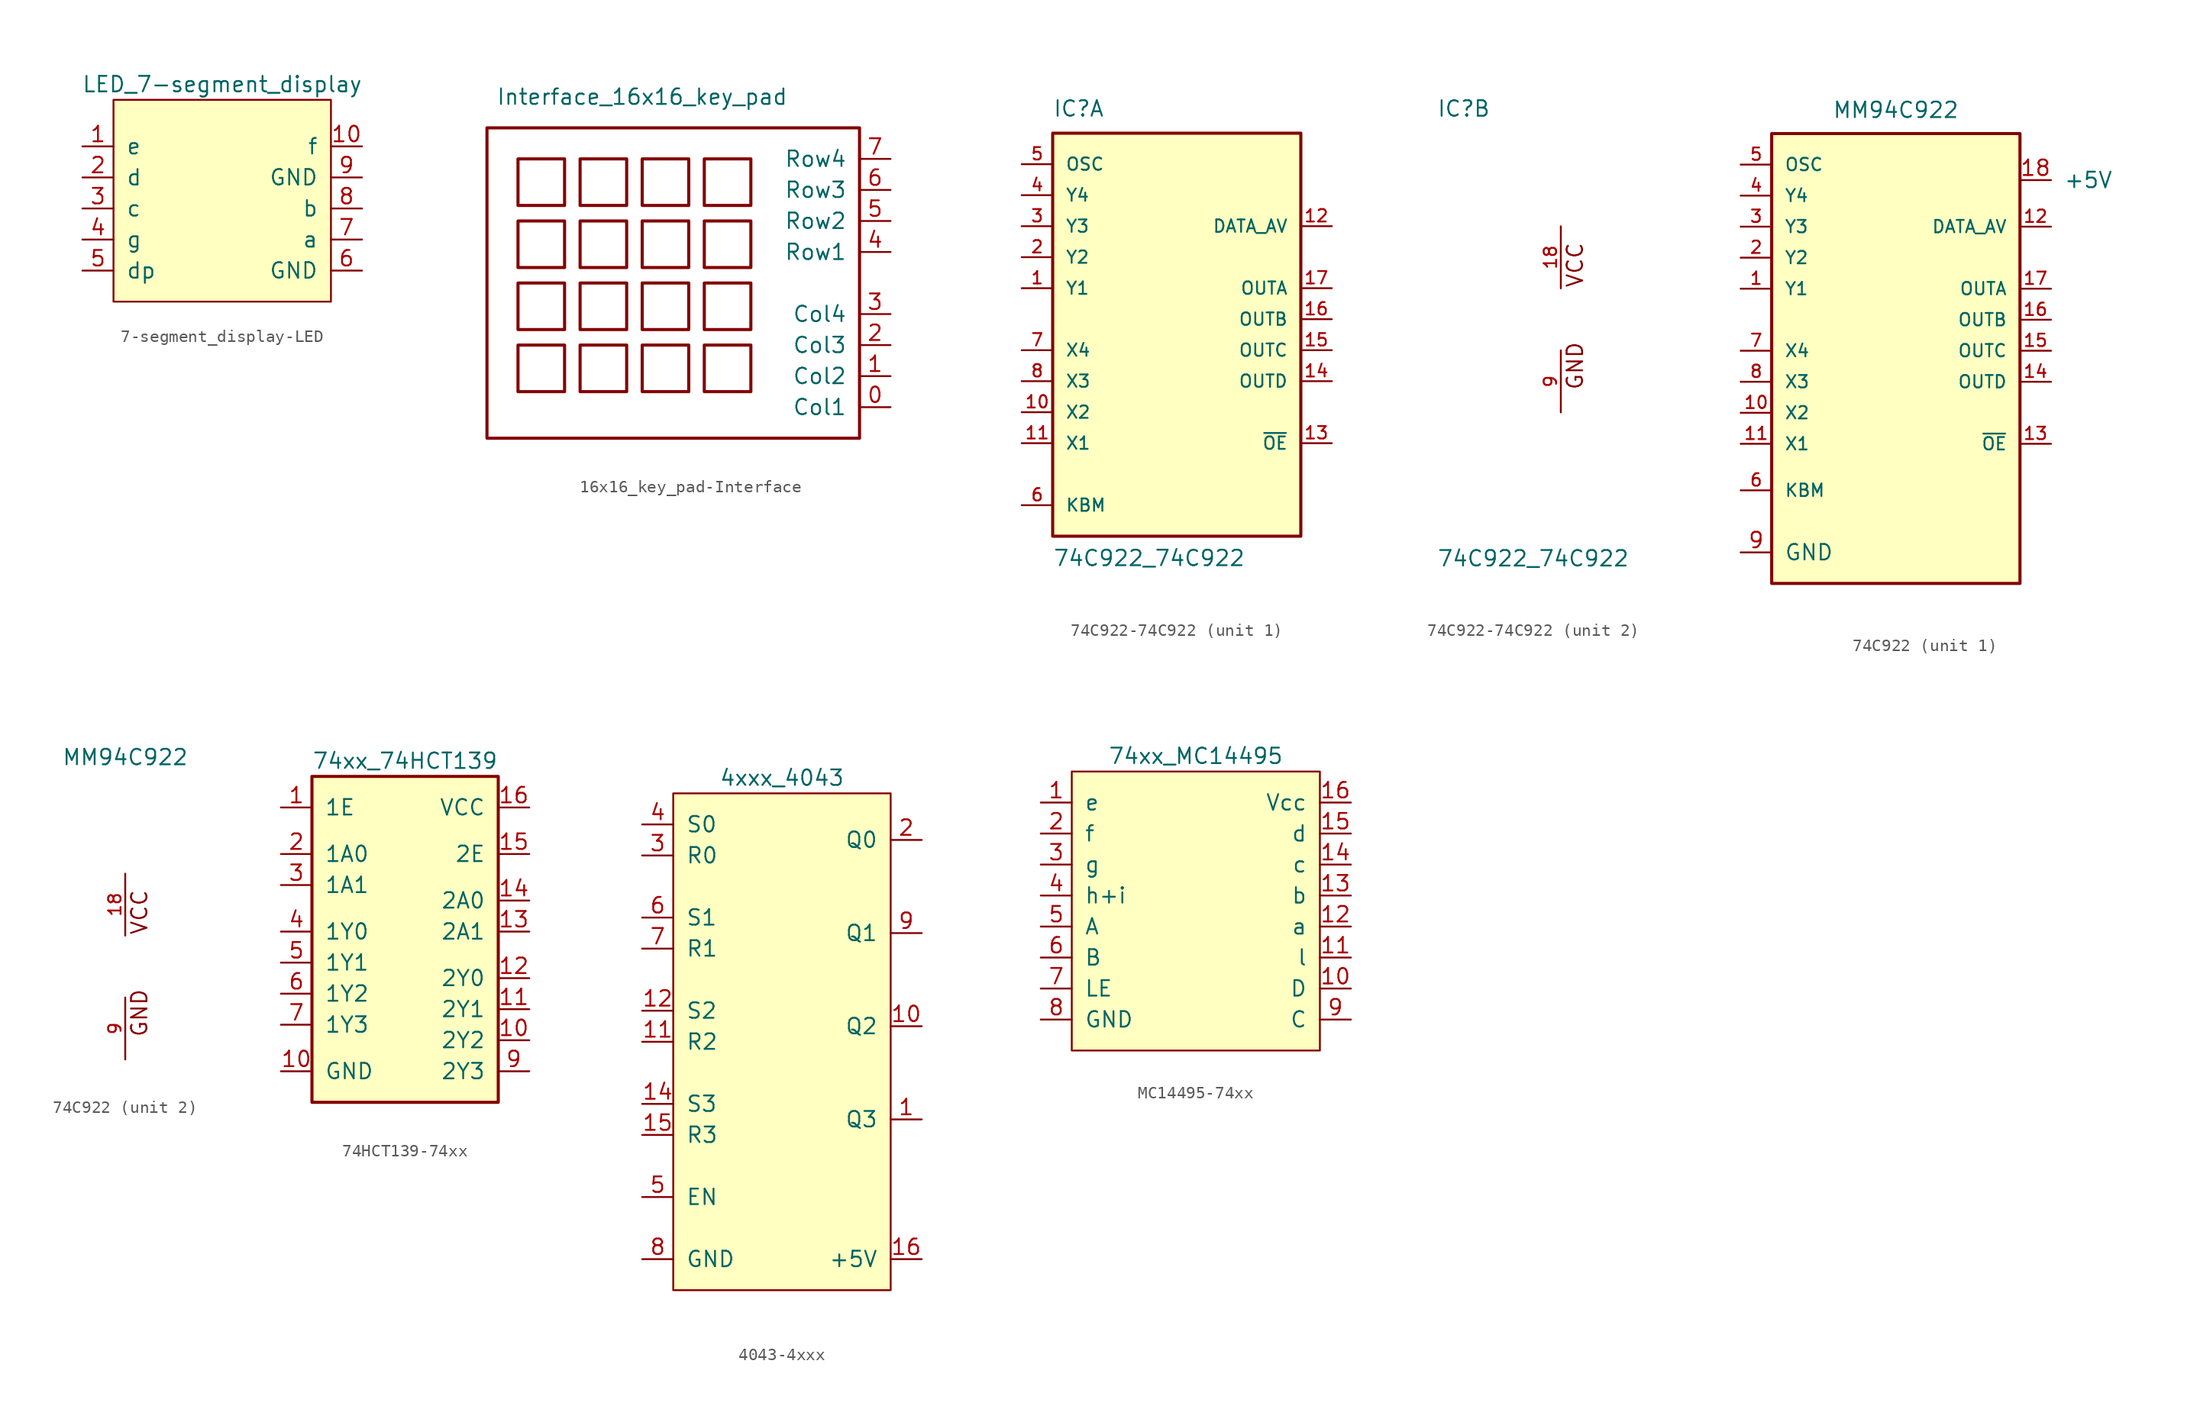
<source format=kicad_sym>
(kicad_symbol_lib
  (version 20241209)
  (generator "kicad_symbol_editor")
  (generator_version "9.0")
  (symbol "7-segment_display-LED"
    (pin_names
      (offset 1.016))
    (property "Reference" "U"
      (at 0 0 0)
      (effects (font (size 1.27 1.27)) (hide yes)))
    (property "Value" "LED_7-segment_display"
      (at 0 0 0)
      (effects (font (size 1.27 1.27))))
    (symbol "7-segment_display-LED_0_1"
      (rectangle (start -8.89 -1.27) (end 8.89 -17.78) (stroke (width 0) (type solid)) (fill (type background))))
    (symbol "7-segment_display-LED_1_1"
      (pin input line (at -11.43 -5.08 0) (length 2.54) (name "e" (effects (font (size 1.27 1.27)))) (number "1" (effects (font (size 1.27 1.27)))))
      (pin input line (at -11.43 -7.62 0) (length 2.54) (name "d" (effects (font (size 1.27 1.27)))) (number "2" (effects (font (size 1.27 1.27)))))
      (pin input line (at -11.43 -10.16 0) (length 2.54) (name "c" (effects (font (size 1.27 1.27)))) (number "3" (effects (font (size 1.27 1.27)))))
      (pin input line (at -11.43 -12.7 0) (length 2.54) (name "g" (effects (font (size 1.27 1.27)))) (number "4" (effects (font (size 1.27 1.27)))))
      (pin input line (at -11.43 -15.24 0) (length 2.54) (name "dp" (effects (font (size 1.27 1.27)))) (number "5" (effects (font (size 1.27 1.27)))))
      (pin input line (at 11.43 -5.08 180) (length 2.54) (name "f" (effects (font (size 1.27 1.27)))) (number "10" (effects (font (size 1.27 1.27)))))
      (pin input line (at 11.43 -7.62 180) (length 2.54) (name "GND" (effects (font (size 1.27 1.27)))) (number "9" (effects (font (size 1.27 1.27)))))
      (pin input line (at 11.43 -10.16 180) (length 2.54) (name "b" (effects (font (size 1.27 1.27)))) (number "8" (effects (font (size 1.27 1.27)))))
      (pin input line (at 11.43 -12.7 180) (length 2.54) (name "a" (effects (font (size 1.27 1.27)))) (number "7" (effects (font (size 1.27 1.27)))))
      (pin input line (at 11.43 -15.24 180) (length 2.54) (name "GND" (effects (font (size 1.27 1.27)))) (number "6" (effects (font (size 1.27 1.27)))))))
  (symbol "16x16_key_pad-Interface"
    (pin_names
      (offset 1.016))
    (property "Reference" "U"
      (at -8.89 0 0)
      (effects (font (size 1.27 1.27)) (hide yes)))
    (property "Value" "Interface_16x16_key_pad"
      (at -1.27 2.54 0)
      (effects (font (size 1.27 1.27))))
    (symbol "16x16_key_pad-Interface_0_1"
      (rectangle (start -13.97 0) (end 16.51 -25.4) (stroke (width 0.254) (type solid)) (fill (type none)))
      (rectangle (start -11.43 -2.54) (end -7.62 -6.35) (stroke (width 0.254) (type solid)) (fill (type none)))
      (rectangle (start -11.43 -7.62) (end -7.62 -11.43) (stroke (width 0.254) (type solid)) (fill (type none)))
      (rectangle (start -6.35 -2.54) (end -2.54 -6.35) (stroke (width 0.254) (type solid)) (fill (type none)))
      (rectangle (start -6.35 -7.62) (end -2.54 -11.43) (stroke (width 0.254) (type solid)) (fill (type none))))
    (symbol "16x16_key_pad-Interface_1_1"
      (rectangle (start -11.43 -12.7) (end -7.62 -16.51) (stroke (width 0.254) (type solid)) (fill (type none)))
      (rectangle (start -11.43 -17.78) (end -7.62 -21.59) (stroke (width 0.254) (type solid)) (fill (type none)))
      (rectangle (start -6.35 -12.7) (end -2.54 -16.51) (stroke (width 0.254) (type solid)) (fill (type none)))
      (rectangle (start -6.35 -17.78) (end -2.54 -21.59) (stroke (width 0.254) (type solid)) (fill (type none)))
      (rectangle (start -1.27 -2.54) (end 2.54 -6.35) (stroke (width 0.254) (type solid)) (fill (type none)))
      (rectangle (start -1.27 -7.62) (end 2.54 -11.43) (stroke (width 0.254) (type solid)) (fill (type none)))
      (rectangle (start -1.27 -12.7) (end 2.54 -16.51) (stroke (width 0.254) (type solid)) (fill (type none)))
      (rectangle (start -1.27 -17.78) (end 2.54 -21.59) (stroke (width 0.254) (type solid)) (fill (type none)))
      (rectangle (start 3.81 -2.54) (end 7.62 -6.35) (stroke (width 0.254) (type solid)) (fill (type none)))
      (rectangle (start 3.81 -7.62) (end 7.62 -11.43) (stroke (width 0.254) (type solid)) (fill (type none)))
      (rectangle (start 3.81 -12.7) (end 7.62 -16.51) (stroke (width 0.254) (type solid)) (fill (type none)))
      (rectangle (start 3.81 -17.78) (end 7.62 -21.59) (stroke (width 0.254) (type solid)) (fill (type none)))
      (pin input line (at 19.05 -2.54 180) (length 2.54) (name "Row4" (effects (font (size 1.27 1.27)))) (number "7" (effects (font (size 1.27 1.27)))))
      (pin input line (at 19.05 -5.08 180) (length 2.54) (name "Row3" (effects (font (size 1.27 1.27)))) (number "6" (effects (font (size 1.27 1.27)))))
      (pin input line (at 19.05 -7.62 180) (length 2.54) (name "Row2" (effects (font (size 1.27 1.27)))) (number "5" (effects (font (size 1.27 1.27)))))
      (pin input line (at 19.05 -10.16 180) (length 2.54) (name "Row1" (effects (font (size 1.27 1.27)))) (number "4" (effects (font (size 1.27 1.27)))))
      (pin input line (at 19.05 -15.24 180) (length 2.54) (name "Col4" (effects (font (size 1.27 1.27)))) (number "3" (effects (font (size 1.27 1.27)))))
      (pin input line (at 19.05 -17.78 180) (length 2.54) (name "Col3" (effects (font (size 1.27 1.27)))) (number "2" (effects (font (size 1.27 1.27)))))
      (pin input line (at 19.05 -20.32 180) (length 2.54) (name "Col2" (effects (font (size 1.27 1.27)))) (number "1" (effects (font (size 1.27 1.27)))))
      (pin input line (at 19.05 -22.86 180) (length 2.54) (name "Col1" (effects (font (size 1.27 1.27)))) (number "0" (effects (font (size 1.27 1.27)))))))
  (symbol "74C922-74C922"
    (pin_names
      (offset 1.016))
    (property "Reference" "IC"
      (at -10.16 16.51 0)
      (effects (font (size 1.27 1.27)) (justify left bottom)))
    (property "Value" "74C922_74C922"
      (at -10.16 -20.32 0)
      (effects (font (size 1.27 1.27)) (justify left bottom)))
    (property "ki_locked" ""
      (at 0 0 0)
      (effects (font (size 1.27 1.27))))
    (symbol "74C922-74C922_1_0"
      (rectangle (start -10.16 -17.78) (end 10.16 15.24) (stroke (width 0.254) (type solid)) (fill (type background)))
      (pin input line (at -12.7 12.7 0) (length 2.54) (name "OSC" (effects (font (size 1.016 1.016)))) (number "5" (effects (font (size 1.016 1.016)))))
      (pin input line (at -12.7 10.16 0) (length 2.54) (name "Y4" (effects (font (size 1.016 1.016)))) (number "4" (effects (font (size 1.016 1.016)))))
      (pin input line (at -12.7 7.62 0) (length 2.54) (name "Y3" (effects (font (size 1.016 1.016)))) (number "3" (effects (font (size 1.016 1.016)))))
      (pin input line (at -12.7 5.08 0) (length 2.54) (name "Y2" (effects (font (size 1.016 1.016)))) (number "2" (effects (font (size 1.016 1.016)))))
      (pin input line (at -12.7 2.54 0) (length 2.54) (name "Y1" (effects (font (size 1.016 1.016)))) (number "1" (effects (font (size 1.016 1.016)))))
      (pin input line (at -12.7 -2.54 0) (length 2.54) (name "X4" (effects (font (size 1.016 1.016)))) (number "7" (effects (font (size 1.016 1.016)))))
      (pin input line (at -12.7 -5.08 0) (length 2.54) (name "X3" (effects (font (size 1.016 1.016)))) (number "8" (effects (font (size 1.016 1.016)))))
      (pin input line (at -12.7 -7.62 0) (length 2.54) (name "X2" (effects (font (size 1.016 1.016)))) (number "10" (effects (font (size 1.016 1.016)))))
      (pin input line (at -12.7 -10.16 0) (length 2.54) (name "X1" (effects (font (size 1.016 1.016)))) (number "11" (effects (font (size 1.016 1.016)))))
      (pin input line (at -12.7 -15.24 0) (length 2.54) (name "KBM" (effects (font (size 1.016 1.016)))) (number "6" (effects (font (size 1.016 1.016)))))
      (pin output line (at 12.7 7.62 180) (length 2.54) (name "DATA_AV" (effects (font (size 1.016 1.016)))) (number "12" (effects (font (size 1.016 1.016)))))
      (pin output line (at 12.7 2.54 180) (length 2.54) (name "OUTA" (effects (font (size 1.016 1.016)))) (number "17" (effects (font (size 1.016 1.016)))))
      (pin output line (at 12.7 0 180) (length 2.54) (name "OUTB" (effects (font (size 1.016 1.016)))) (number "16" (effects (font (size 1.016 1.016)))))
      (pin output line (at 12.7 -2.54 180) (length 2.54) (name "OUTC" (effects (font (size 1.016 1.016)))) (number "15" (effects (font (size 1.016 1.016)))))
      (pin output line (at 12.7 -5.08 180) (length 2.54) (name "OUTD" (effects (font (size 1.016 1.016)))) (number "14" (effects (font (size 1.016 1.016)))))
      (pin input line (at 12.7 -10.16 180) (length 2.54) (name "~{OE}" (effects (font (size 1.016 1.016)))) (number "13" (effects (font (size 1.016 1.016))))))
    (symbol "74C922-74C922_2_0"
      (text "VCC" (at 1.905 2.54 900) (effects (font (size 1.27 1.27)) (justify left bottom)))
      (text "GND" (at 1.905 -5.842 900) (effects (font (size 1.27 1.27)) (justify left bottom)))
      (pin power_in line (at 0 7.62 270) (length 5.08) (name "~" (effects (font (size 1.016 1.016)))) (number "18" (effects (font (size 1.016 1.016)))))
      (pin power_in line (at 0 -7.62 90) (length 5.08) (name "~" (effects (font (size 1.016 1.016)))) (number "9" (effects (font (size 1.016 1.016)))))))
  (symbol "74C922"
    (pin_names
      (offset 1.016))
    (property "Reference" "IC1"
      (at 0 19.482 0)
      (effects (font (size 1.27 1.27)) (hide yes)))
    (property "Value" "MM94C922"
      (at 0 17.17 0)
      (effects (font (size 1.27 1.27))))
    (property "ki_locked" ""
      (at 0 0 0)
      (effects (font (size 1.27 1.27))))
    (symbol "74C922_1_0"
      (rectangle (start -10.16 15.24) (end 10.16 -21.59) (stroke (width 0.254) (type solid)) (fill (type background)))
      (pin input line (at -12.7 12.7 0) (length 2.54) (name "OSC" (effects (font (size 1.016 1.016)))) (number "5" (effects (font (size 1.016 1.016)))))
      (pin input line (at -12.7 10.16 0) (length 2.54) (name "Y4" (effects (font (size 1.016 1.016)))) (number "4" (effects (font (size 1.016 1.016)))))
      (pin input line (at -12.7 7.62 0) (length 2.54) (name "Y3" (effects (font (size 1.016 1.016)))) (number "3" (effects (font (size 1.016 1.016)))))
      (pin input line (at -12.7 5.08 0) (length 2.54) (name "Y2" (effects (font (size 1.016 1.016)))) (number "2" (effects (font (size 1.016 1.016)))))
      (pin input line (at -12.7 2.54 0) (length 2.54) (name "Y1" (effects (font (size 1.016 1.016)))) (number "1" (effects (font (size 1.016 1.016)))))
      (pin input line (at -12.7 -2.54 0) (length 2.54) (name "X4" (effects (font (size 1.016 1.016)))) (number "7" (effects (font (size 1.016 1.016)))))
      (pin input line (at -12.7 -5.08 0) (length 2.54) (name "X3" (effects (font (size 1.016 1.016)))) (number "8" (effects (font (size 1.016 1.016)))))
      (pin input line (at -12.7 -7.62 0) (length 2.54) (name "X2" (effects (font (size 1.016 1.016)))) (number "10" (effects (font (size 1.016 1.016)))))
      (pin input line (at -12.7 -10.16 0) (length 2.54) (name "X1" (effects (font (size 1.016 1.016)))) (number "11" (effects (font (size 1.016 1.016)))))
      (pin input line (at -12.7 -13.97 0) (length 2.54) (name "KBM" (effects (font (size 1.016 1.016)))) (number "6" (effects (font (size 1.016 1.016)))))
      (pin output line (at 12.7 7.62 180) (length 2.54) (name "DATA_AV" (effects (font (size 1.016 1.016)))) (number "12" (effects (font (size 1.016 1.016)))))
      (pin output line (at 12.7 2.54 180) (length 2.54) (name "OUTA" (effects (font (size 1.016 1.016)))) (number "17" (effects (font (size 1.016 1.016)))))
      (pin output line (at 12.7 0 180) (length 2.54) (name "OUTB" (effects (font (size 1.016 1.016)))) (number "16" (effects (font (size 1.016 1.016)))))
      (pin output line (at 12.7 -2.54 180) (length 2.54) (name "OUTC" (effects (font (size 1.016 1.016)))) (number "15" (effects (font (size 1.016 1.016)))))
      (pin output line (at 12.7 -5.08 180) (length 2.54) (name "OUTD" (effects (font (size 1.016 1.016)))) (number "14" (effects (font (size 1.016 1.016)))))
      (pin input line (at 12.7 -10.16 180) (length 2.54) (name "~{OE}" (effects (font (size 1.016 1.016)))) (number "13" (effects (font (size 1.016 1.016))))))
    (symbol "74C922_1_1"
      (pin power_in line (at -12.7 -19.05 0) (length 2.54) (name "GND" (effects (font (size 1.27 1.27)))) (number "9" (effects (font (size 1.27 1.27)))))
      (pin power_in line (at 10.16 11.43 0) (length 2.54) (name "+5V" (effects (font (size 1.27 1.27)))) (number "18" (effects (font (size 1.27 1.27))))))
    (symbol "74C922_2_0"
      (text "VCC" (at 1.905 2.54 900) (effects (font (size 1.27 1.27)) (justify left bottom)))
      (text "GND" (at 1.905 -5.842 900) (effects (font (size 1.27 1.27)) (justify left bottom)))
      (pin power_in line (at 0 7.62 270) (length 5.08) (name "~" (effects (font (size 1.016 1.016)))) (number "18" (effects (font (size 1.016 1.016)))))
      (pin power_in line (at 0 -7.62 90) (length 5.08) (name "~" (effects (font (size 1.016 1.016)))) (number "9" (effects (font (size 1.016 1.016)))))))
  (symbol "74HCT139-74xx"
    (pin_names
      (offset 1.016))
    (property "Reference" "U"
      (at 0 0 0)
      (effects (font (size 1.27 1.27)) (hide yes)))
    (property "Value" "74xx_74HCT139"
      (at 0 0 0)
      (effects (font (size 1.27 1.27))))
    (symbol "74HCT139-74xx_0_1"
      (rectangle (start -7.62 -1.27) (end 7.62 -27.94) (stroke (width 0.254) (type solid)) (fill (type background))))
    (symbol "74HCT139-74xx_1_1"
      (pin input line (at -10.16 -3.81 0) (length 2.54) (name "1E" (effects (font (size 1.27 1.27)))) (number "1" (effects (font (size 1.27 1.27)))))
      (pin input line (at -10.16 -7.62 0) (length 2.54) (name "1A0" (effects (font (size 1.27 1.27)))) (number "2" (effects (font (size 1.27 1.27)))))
      (pin input line (at -10.16 -10.16 0) (length 2.54) (name "1A1" (effects (font (size 1.27 1.27)))) (number "3" (effects (font (size 1.27 1.27)))))
      (pin input line (at -10.16 -13.97 0) (length 2.54) (name "1Y0" (effects (font (size 1.27 1.27)))) (number "4" (effects (font (size 1.27 1.27)))))
      (pin input line (at -10.16 -16.51 0) (length 2.54) (name "1Y1" (effects (font (size 1.27 1.27)))) (number "5" (effects (font (size 1.27 1.27)))))
      (pin input line (at -10.16 -19.05 0) (length 2.54) (name "1Y2" (effects (font (size 1.27 1.27)))) (number "6" (effects (font (size 1.27 1.27)))))
      (pin input line (at -10.16 -21.59 0) (length 2.54) (name "1Y3" (effects (font (size 1.27 1.27)))) (number "7" (effects (font (size 1.27 1.27)))))
      (pin input line (at -10.16 -25.4 0) (length 2.54) (name "GND" (effects (font (size 1.27 1.27)))) (number "10" (effects (font (size 1.27 1.27)))))
      (pin input line (at 10.16 -3.81 180) (length 2.54) (name "VCC" (effects (font (size 1.27 1.27)))) (number "16" (effects (font (size 1.27 1.27)))))
      (pin input line (at 10.16 -7.62 180) (length 2.54) (name "2E" (effects (font (size 1.27 1.27)))) (number "15" (effects (font (size 1.27 1.27)))))
      (pin input line (at 10.16 -11.43 180) (length 2.54) (name "2A0" (effects (font (size 1.27 1.27)))) (number "14" (effects (font (size 1.27 1.27)))))
      (pin input line (at 10.16 -13.97 180) (length 2.54) (name "2A1" (effects (font (size 1.27 1.27)))) (number "13" (effects (font (size 1.27 1.27)))))
      (pin input line (at 10.16 -17.78 180) (length 2.54) (name "2Y0" (effects (font (size 1.27 1.27)))) (number "12" (effects (font (size 1.27 1.27)))))
      (pin input line (at 10.16 -20.32 180) (length 2.54) (name "2Y1" (effects (font (size 1.27 1.27)))) (number "11" (effects (font (size 1.27 1.27)))))
      (pin input line (at 10.16 -22.86 180) (length 2.54) (name "2Y2" (effects (font (size 1.27 1.27)))) (number "10" (effects (font (size 1.27 1.27)))))
      (pin input line (at 10.16 -25.4 180) (length 2.54) (name "2Y3" (effects (font (size 1.27 1.27)))) (number "9" (effects (font (size 1.27 1.27)))))))
  (symbol "4043-4xxx"
    (pin_names
      (offset 1.016))
    (property "Reference" "U"
      (at 0 0 0)
      (effects (font (size 1.27 1.27)) (justify right bottom) (hide yes)))
    (property "Value" "4xxx_4043"
      (at 0 0 0)
      (effects (font (size 1.27 1.27))))
    (symbol "4043-4xxx_0_1"
      (rectangle (start -8.89 -1.27) (end 8.89 -41.91) (stroke (width 0) (type solid)) (fill (type background))))
    (symbol "4043-4xxx_1_1"
      (pin input line (at -11.43 -3.81 0) (length 2.54) (name "S0" (effects (font (size 1.27 1.27)))) (number "4" (effects (font (size 1.27 1.27)))))
      (pin input line (at -11.43 -6.35 0) (length 2.54) (name "R0" (effects (font (size 1.27 1.27)))) (number "3" (effects (font (size 1.27 1.27)))))
      (pin input line (at -11.43 -11.43 0) (length 2.54) (name "S1" (effects (font (size 1.27 1.27)))) (number "6" (effects (font (size 1.27 1.27)))))
      (pin input line (at -11.43 -13.97 0) (length 2.54) (name "R1" (effects (font (size 1.27 1.27)))) (number "7" (effects (font (size 1.27 1.27)))))
      (pin input line (at -11.43 -19.05 0) (length 2.54) (name "S2" (effects (font (size 1.27 1.27)))) (number "12" (effects (font (size 1.27 1.27)))))
      (pin input line (at -11.43 -21.59 0) (length 2.54) (name "R2" (effects (font (size 1.27 1.27)))) (number "11" (effects (font (size 1.27 1.27)))))
      (pin input line (at -11.43 -26.67 0) (length 2.54) (name "S3" (effects (font (size 1.27 1.27)))) (number "14" (effects (font (size 1.27 1.27)))))
      (pin input line (at -11.43 -29.21 0) (length 2.54) (name "R3" (effects (font (size 1.27 1.27)))) (number "15" (effects (font (size 1.27 1.27)))))
      (pin input line (at -11.43 -34.29 0) (length 2.54) (name "EN" (effects (font (size 1.27 1.27)))) (number "5" (effects (font (size 1.27 1.27)))))
      (pin input line (at -11.43 -39.37 0) (length 2.54) (name "GND" (effects (font (size 1.27 1.27)))) (number "8" (effects (font (size 1.27 1.27)))))
      (pin input line (at 11.43 -5.08 180) (length 2.54) (name "Q0" (effects (font (size 1.27 1.27)))) (number "2" (effects (font (size 1.27 1.27)))))
      (pin input line (at 11.43 -12.7 180) (length 2.54) (name "Q1" (effects (font (size 1.27 1.27)))) (number "9" (effects (font (size 1.27 1.27)))))
      (pin input line (at 11.43 -20.32 180) (length 2.54) (name "Q2" (effects (font (size 1.27 1.27)))) (number "10" (effects (font (size 1.27 1.27)))))
      (pin input line (at 11.43 -27.94 180) (length 2.54) (name "Q3" (effects (font (size 1.27 1.27)))) (number "1" (effects (font (size 1.27 1.27)))))
      (pin input line (at 11.43 -39.37 180) (length 2.54) (name "+5V" (effects (font (size 1.27 1.27)))) (number "16" (effects (font (size 1.27 1.27)))))))
  (symbol "MC14495-74xx"
    (pin_names
      (offset 1.016))
    (property "Reference" "U"
      (at -1.27 3.81 0)
      (effects (font (size 1.27 1.27)) (hide yes)))
    (property "Value" "74xx_MC14495"
      (at 0 0 0)
      (effects (font (size 1.27 1.27))))
    (symbol "MC14495-74xx_0_1"
      (rectangle (start -10.16 -1.27) (end 10.16 -24.13) (stroke (width 0) (type solid)) (fill (type background))))
    (symbol "MC14495-74xx_1_1"
      (pin input line (at -12.7 -3.81 0) (length 2.54) (name "e" (effects (font (size 1.27 1.27)))) (number "1" (effects (font (size 1.27 1.27)))))
      (pin input line (at -12.7 -6.35 0) (length 2.54) (name "f" (effects (font (size 1.27 1.27)))) (number "2" (effects (font (size 1.27 1.27)))))
      (pin input line (at -12.7 -8.89 0) (length 2.54) (name "g" (effects (font (size 1.27 1.27)))) (number "3" (effects (font (size 1.27 1.27)))))
      (pin input line (at -12.7 -11.43 0) (length 2.54) (name "h+i" (effects (font (size 1.27 1.27)))) (number "4" (effects (font (size 1.27 1.27)))))
      (pin input line (at -12.7 -13.97 0) (length 2.54) (name "A" (effects (font (size 1.27 1.27)))) (number "5" (effects (font (size 1.27 1.27)))))
      (pin input line (at -12.7 -16.51 0) (length 2.54) (name "B" (effects (font (size 1.27 1.27)))) (number "6" (effects (font (size 1.27 1.27)))))
      (pin input line (at -12.7 -19.05 0) (length 2.54) (name "LE" (effects (font (size 1.27 1.27)))) (number "7" (effects (font (size 1.27 1.27)))))
      (pin input line (at -12.7 -21.59 0) (length 2.54) (name "GND" (effects (font (size 1.27 1.27)))) (number "8" (effects (font (size 1.27 1.27)))))
      (pin input line (at 12.7 -3.81 180) (length 2.54) (name "Vcc" (effects (font (size 1.27 1.27)))) (number "16" (effects (font (size 1.27 1.27)))))
      (pin input line (at 12.7 -6.35 180) (length 2.54) (name "d" (effects (font (size 1.27 1.27)))) (number "15" (effects (font (size 1.27 1.27)))))
      (pin input line (at 12.7 -8.89 180) (length 2.54) (name "c" (effects (font (size 1.27 1.27)))) (number "14" (effects (font (size 1.27 1.27)))))
      (pin input line (at 12.7 -11.43 180) (length 2.54) (name "b" (effects (font (size 1.27 1.27)))) (number "13" (effects (font (size 1.27 1.27)))))
      (pin input line (at 12.7 -13.97 180) (length 2.54) (name "a" (effects (font (size 1.27 1.27)))) (number "12" (effects (font (size 1.27 1.27)))))
      (pin input line (at 12.7 -16.51 180) (length 2.54) (name "l" (effects (font (size 1.27 1.27)))) (number "11" (effects (font (size 1.27 1.27)))))
      (pin input line (at 12.7 -19.05 180) (length 2.54) (name "D" (effects (font (size 1.27 1.27)))) (number "10" (effects (font (size 1.27 1.27)))))
      (pin input line (at 12.7 -21.59 180) (length 2.54) (name "C" (effects (font (size 1.27 1.27)))) (number "9" (effects (font (size 1.27 1.27))))))))
</source>
